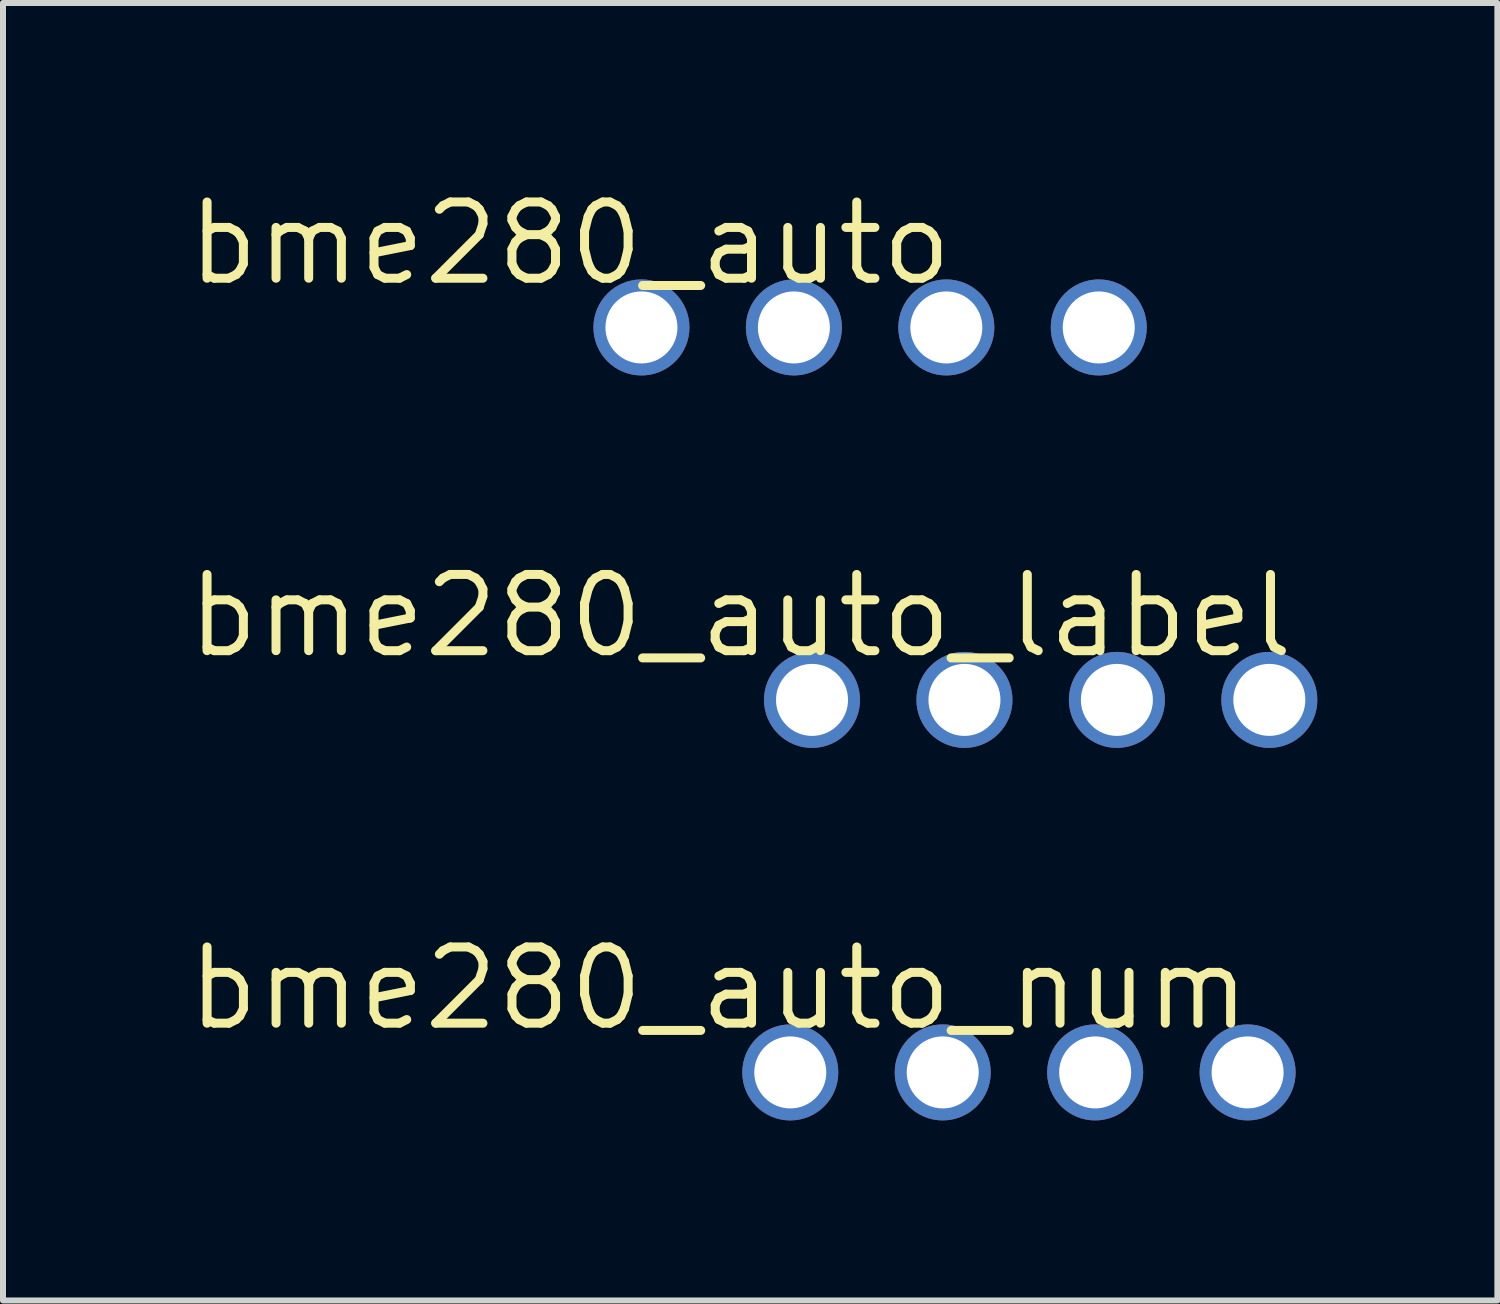
<source format=kicad_pcb>
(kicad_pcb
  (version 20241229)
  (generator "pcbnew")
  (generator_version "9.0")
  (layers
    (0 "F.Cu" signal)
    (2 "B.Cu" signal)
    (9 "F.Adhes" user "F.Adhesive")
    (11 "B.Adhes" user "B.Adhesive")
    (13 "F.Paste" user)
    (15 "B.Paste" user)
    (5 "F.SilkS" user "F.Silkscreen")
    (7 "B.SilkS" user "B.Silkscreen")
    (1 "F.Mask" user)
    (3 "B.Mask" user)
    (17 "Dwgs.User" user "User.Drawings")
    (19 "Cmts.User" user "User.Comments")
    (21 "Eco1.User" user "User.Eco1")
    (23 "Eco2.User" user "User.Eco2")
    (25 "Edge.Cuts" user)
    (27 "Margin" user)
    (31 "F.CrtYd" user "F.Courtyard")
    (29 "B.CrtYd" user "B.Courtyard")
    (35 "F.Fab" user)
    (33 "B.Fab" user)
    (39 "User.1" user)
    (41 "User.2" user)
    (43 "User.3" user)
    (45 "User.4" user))
  (footprint "bme280_auto"
    (layer "F.Cu")
    (at 6.448 1.006)
    (property "Reference" "bme280_auto" (at 0 0 0) (layer "F.SilkS") (effects (font (size 1.27 1.27) (thickness 0.15))))
    (pad "GND" thru_hole circle (at 3.73 1.4) (size 1.6 1.6) (drill 1.2) (layers "*.Cu" "*.Mask"))
    (pad "SCL" thru_hole circle (at 6.27 1.4) (size 1.6 1.6) (drill 1.2) (layers "*.Cu" "*.Mask"))
    (pad "SDA" thru_hole circle (at 8.81 1.4) (size 1.6 1.6) (drill 1.2) (layers "*.Cu" "*.Mask"))
    (pad "VIN" thru_hole circle (at 1.19 1.4) (size 1.6 1.6) (drill 1.2) (layers "*.Cu" "*.Mask")))
  (footprint "bme280_auto_num"
    (layer "F.Cu")
    (at 8.928 13.419)
    (property "Reference" "bme280_auto_num" (at 0 0 0) (layer "F.SilkS") (effects (font (size 1.27 1.27) (thickness 0.15))))
    (pad "1" thru_hole circle (at 1.19 1.4) (size 1.6 1.6) (drill 1.2) (layers "*.Cu" "*.Mask"))
    (pad "2" thru_hole circle (at 3.73 1.4) (size 1.6 1.6) (drill 1.2) (layers "*.Cu" "*.Mask"))
    (pad "3" thru_hole circle (at 6.27 1.4) (size 1.6 1.6) (drill 1.2) (layers "*.Cu" "*.Mask"))
    (pad "4" thru_hole circle (at 8.81 1.4) (size 1.6 1.6) (drill 1.2) (layers "*.Cu" "*.Mask")))
  (footprint "bme280_auto_label"
    (layer "F.Cu")
    (at 9.29 7.212)
    (property "Reference" "bme280_auto_label" (at 0 0 0) (layer "F.SilkS") (effects (font (size 1.27 1.27) (thickness 0.15))))
    (pad "GND" thru_hole circle (at 3.73 1.4) (size 1.6 1.6) (drill 1.2) (layers "*.Cu" "*.Mask"))
    (pad "SCL" thru_hole circle (at 6.27 1.4) (size 1.6 1.6) (drill 1.2) (layers "*.Cu" "*.Mask"))
    (pad "SDA" thru_hole circle (at 8.81 1.4) (size 1.6 1.6) (drill 1.2) (layers "*.Cu" "*.Mask"))
    (pad "VIN" thru_hole circle (at 1.19 1.4) (size 1.6 1.6) (drill 1.2) (layers "*.Cu" "*.Mask")))
  (gr_rect
    (start -3 -3)
    (end 21.9 18.619)
    (stroke (width 0.1) (type default))
    (fill no)
    (layer "Edge.Cuts")))
</source>
